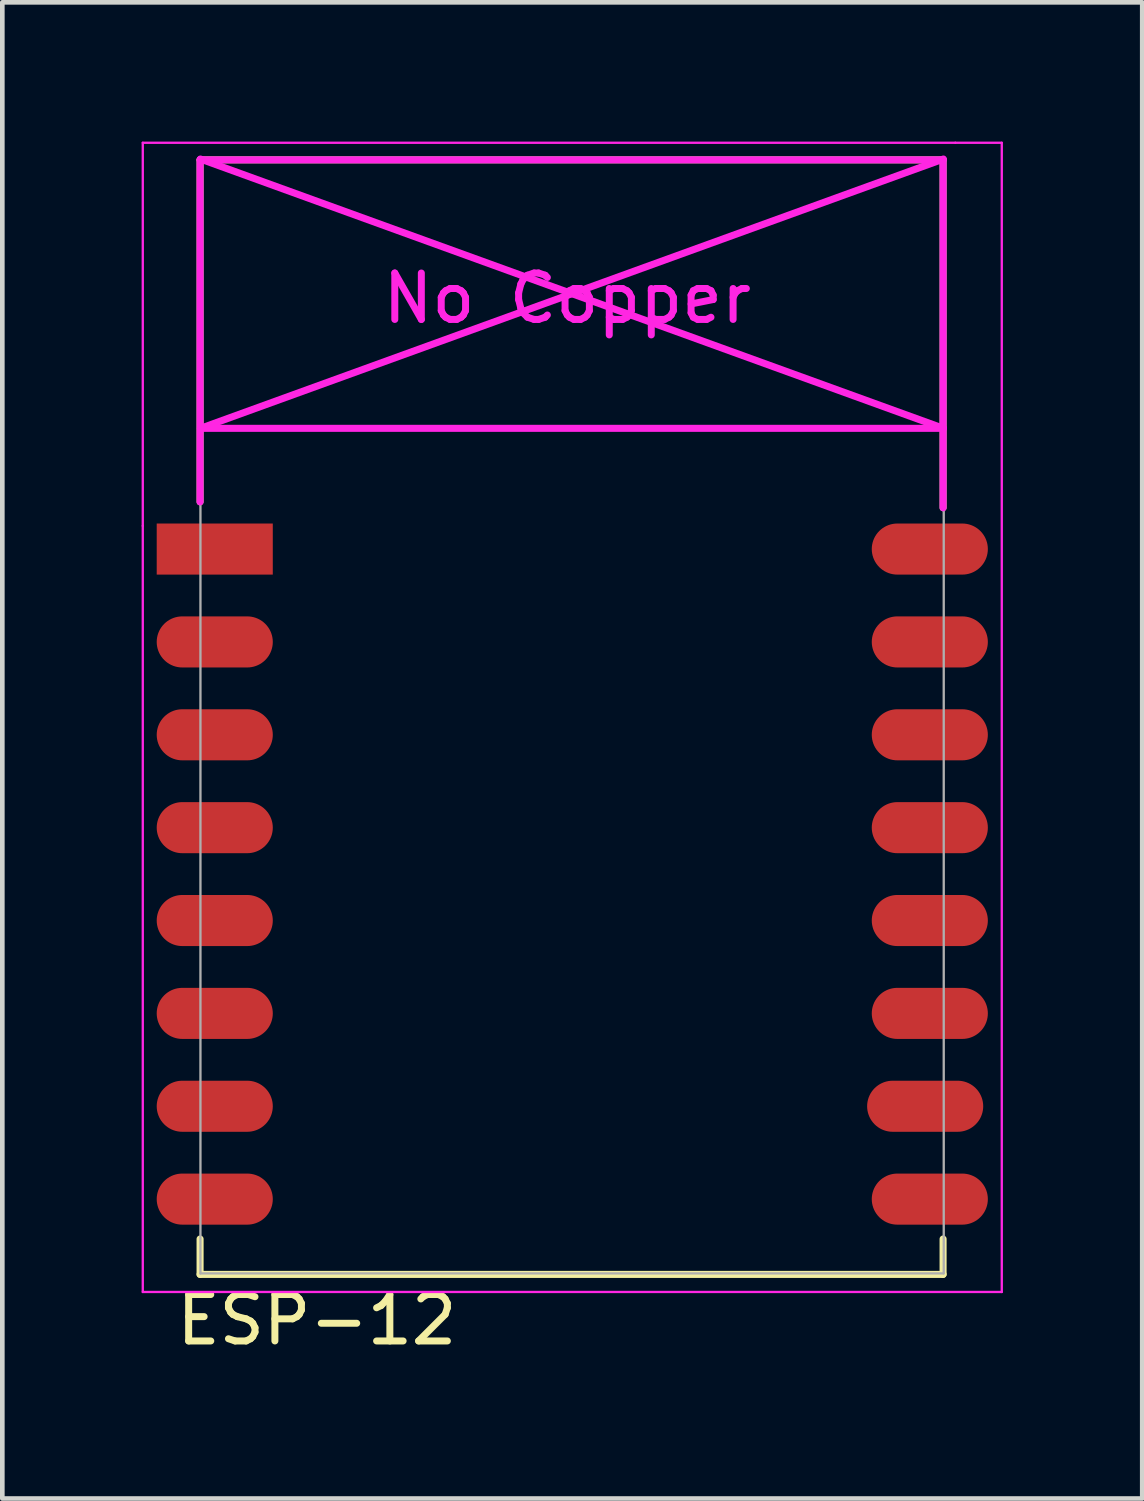
<source format=kicad_pcb>
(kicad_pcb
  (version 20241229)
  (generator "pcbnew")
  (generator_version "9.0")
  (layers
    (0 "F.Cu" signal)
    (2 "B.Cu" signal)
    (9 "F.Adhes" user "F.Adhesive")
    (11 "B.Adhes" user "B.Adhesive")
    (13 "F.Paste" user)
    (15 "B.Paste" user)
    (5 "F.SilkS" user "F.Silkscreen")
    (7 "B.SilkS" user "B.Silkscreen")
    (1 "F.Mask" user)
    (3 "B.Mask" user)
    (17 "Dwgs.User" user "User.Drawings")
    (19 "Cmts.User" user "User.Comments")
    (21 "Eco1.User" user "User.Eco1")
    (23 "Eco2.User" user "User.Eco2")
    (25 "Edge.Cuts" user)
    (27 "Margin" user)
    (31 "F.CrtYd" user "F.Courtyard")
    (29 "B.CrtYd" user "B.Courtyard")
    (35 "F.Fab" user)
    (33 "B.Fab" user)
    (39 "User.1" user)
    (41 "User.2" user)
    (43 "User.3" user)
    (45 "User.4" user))
  (footprint "ESP-12"
    (layer "F.Cu")
    (at 2.275 8.775)
    (property "Reference" "ESP-12" (at 1.5 16.6 0) (layer "F.SilkS") (effects (font (size 1 1) (thickness 0.15))))
    (attr through_hole)
    (fp_line (start -1.016 -8.382) (end 14.986 -8.382) (stroke (width 0.15) (type solid)) (layer "F.SilkS"))
    (fp_line (start -1.016 -1.016) (end -1.016 -8.382) (stroke (width 0.15) (type solid)) (layer "F.SilkS"))
    (fp_line (start -1.016 14.859) (end -1.016 15.621) (stroke (width 0.152) (type solid)) (layer "F.SilkS"))
    (fp_line (start -1.016 15.621) (end 14.986 15.621) (stroke (width 0.152) (type solid)) (layer "F.SilkS"))
    (fp_line (start 14.986 -8.382) (end 14.986 -0.889) (stroke (width 0.15) (type solid)) (layer "F.SilkS"))
    (fp_line (start 14.986 15.621) (end 14.986 14.859) (stroke (width 0.152) (type solid)) (layer "F.SilkS"))
    (fp_line (start -2.25 -8.75) (end 15.25 -8.75) (stroke (width 0.05) (type solid)) (layer "F.CrtYd"))
    (fp_line (start -2.25 -0.5) (end -2.25 -8.75) (stroke (width 0.05) (type solid)) (layer "F.CrtYd"))
    (fp_line (start -2.25 16) (end -2.25 -0.5) (stroke (width 0.05) (type solid)) (layer "F.CrtYd"))
    (fp_line (start -1.016 -8.382) (end -1.016 -1.016) (stroke (width 0.152) (type solid)) (layer "F.CrtYd"))
    (fp_line (start -1.016 -8.382) (end 14.986 -8.382) (stroke (width 0.152) (type solid)) (layer "F.CrtYd"))
    (fp_line (start -1.008 -8.4) (end 14.992 -2.6) (stroke (width 0.152) (type solid)) (layer "F.CrtYd"))
    (fp_line (start -1.008 -2.6) (end 14.992 -2.6) (stroke (width 0.152) (type solid)) (layer "F.CrtYd"))
    (fp_line (start 14.986 -8.382) (end 14.986 -0.889) (stroke (width 0.152) (type solid)) (layer "F.CrtYd"))
    (fp_line (start 14.992 -8.4) (end -1.008 -2.6) (stroke (width 0.152) (type solid)) (layer "F.CrtYd"))
    (fp_line (start 15.25 -8.75) (end 16.25 -8.75) (stroke (width 0.05) (type solid)) (layer "F.CrtYd"))
    (fp_line (start 16.25 -8.75) (end 16.25 16) (stroke (width 0.05) (type solid)) (layer "F.CrtYd"))
    (fp_line (start 16.25 16) (end -2.25 16) (stroke (width 0.05) (type solid)) (layer "F.CrtYd"))
    (fp_line (start -1.008 -8.4) (end 14.992 -8.4) (stroke (width 0.05) (type solid)) (layer "F.Fab"))
    (fp_line (start -1.008 15.6) (end -1.008 -8.4) (stroke (width 0.05) (type solid)) (layer "F.Fab"))
    (fp_line (start 14.992 15.6) (end -1.008 15.6) (stroke (width 0.05) (type solid)) (layer "F.Fab"))
    (fp_line (start 15 -8.4) (end 15 15.6) (stroke (width 0.05) (type solid)) (layer "F.Fab"))
    (fp_text user "No Copper" (at 6.892 -5.4 0) (layer "F.CrtYd") (effects (font (size 1 1) (thickness 0.15))))
    (pad "1" smd rect (at 0 0) (size 2.5 1.1) (drill (offset -0.7 0)) (layers "F.Cu" "F.Mask" "F.Paste"))
    (pad "2" smd oval (at 0 2) (size 2.5 1.1) (drill (offset -0.7 0)) (layers "F.Cu" "F.Mask" "F.Paste"))
    (pad "3" smd oval (at 0 4) (size 2.5 1.1) (drill (offset -0.7 0)) (layers "F.Cu" "F.Mask" "F.Paste"))
    (pad "4" smd oval (at 0 6) (size 2.5 1.1) (drill (offset -0.7 0)) (layers "F.Cu" "F.Mask" "F.Paste"))
    (pad "5" smd oval (at 0 8) (size 2.5 1.1) (drill (offset -0.7 0)) (layers "F.Cu" "F.Mask" "F.Paste"))
    (pad "6" smd oval (at 0 10) (size 2.5 1.1) (drill (offset -0.7 0)) (layers "F.Cu" "F.Mask" "F.Paste"))
    (pad "7" smd oval (at 0 12) (size 2.5 1.1) (drill (offset -0.7 0)) (layers "F.Cu" "F.Mask" "F.Paste"))
    (pad "8" smd oval (at 0 14) (size 2.5 1.1) (drill (offset -0.7 0)) (layers "F.Cu" "F.Mask" "F.Paste"))
    (pad "9" smd oval (at 14 14) (size 2.5 1.1) (drill (offset 0.7 0)) (layers "F.Cu" "F.Mask" "F.Paste"))
    (pad "10" smd oval (at 14 12) (size 2.5 1.1) (drill (offset 0.6 0)) (layers "F.Cu" "F.Mask" "F.Paste"))
    (pad "11" smd oval (at 14 10) (size 2.5 1.1) (drill (offset 0.7 0)) (layers "F.Cu" "F.Mask" "F.Paste"))
    (pad "12" smd oval (at 14 8) (size 2.5 1.1) (drill (offset 0.7 0)) (layers "F.Cu" "F.Mask" "F.Paste"))
    (pad "13" smd oval (at 14 6) (size 2.5 1.1) (drill (offset 0.7 0)) (layers "F.Cu" "F.Mask" "F.Paste"))
    (pad "14" smd oval (at 14 4) (size 2.5 1.1) (drill (offset 0.7 0)) (layers "F.Cu" "F.Mask" "F.Paste"))
    (pad "15" smd oval (at 14 2) (size 2.5 1.1) (drill (offset 0.7 0)) (layers "F.Cu" "F.Mask" "F.Paste"))
    (pad "16" smd oval (at 14 0) (size 2.5 1.1) (drill (offset 0.7 0)) (layers "F.Cu" "F.Mask" "F.Paste")))
  (gr_rect
    (start -3 -3)
    (end 21.55 29.223)
    (stroke (width 0.1) (type default))
    (fill no)
    (layer "Edge.Cuts")))
</source>
